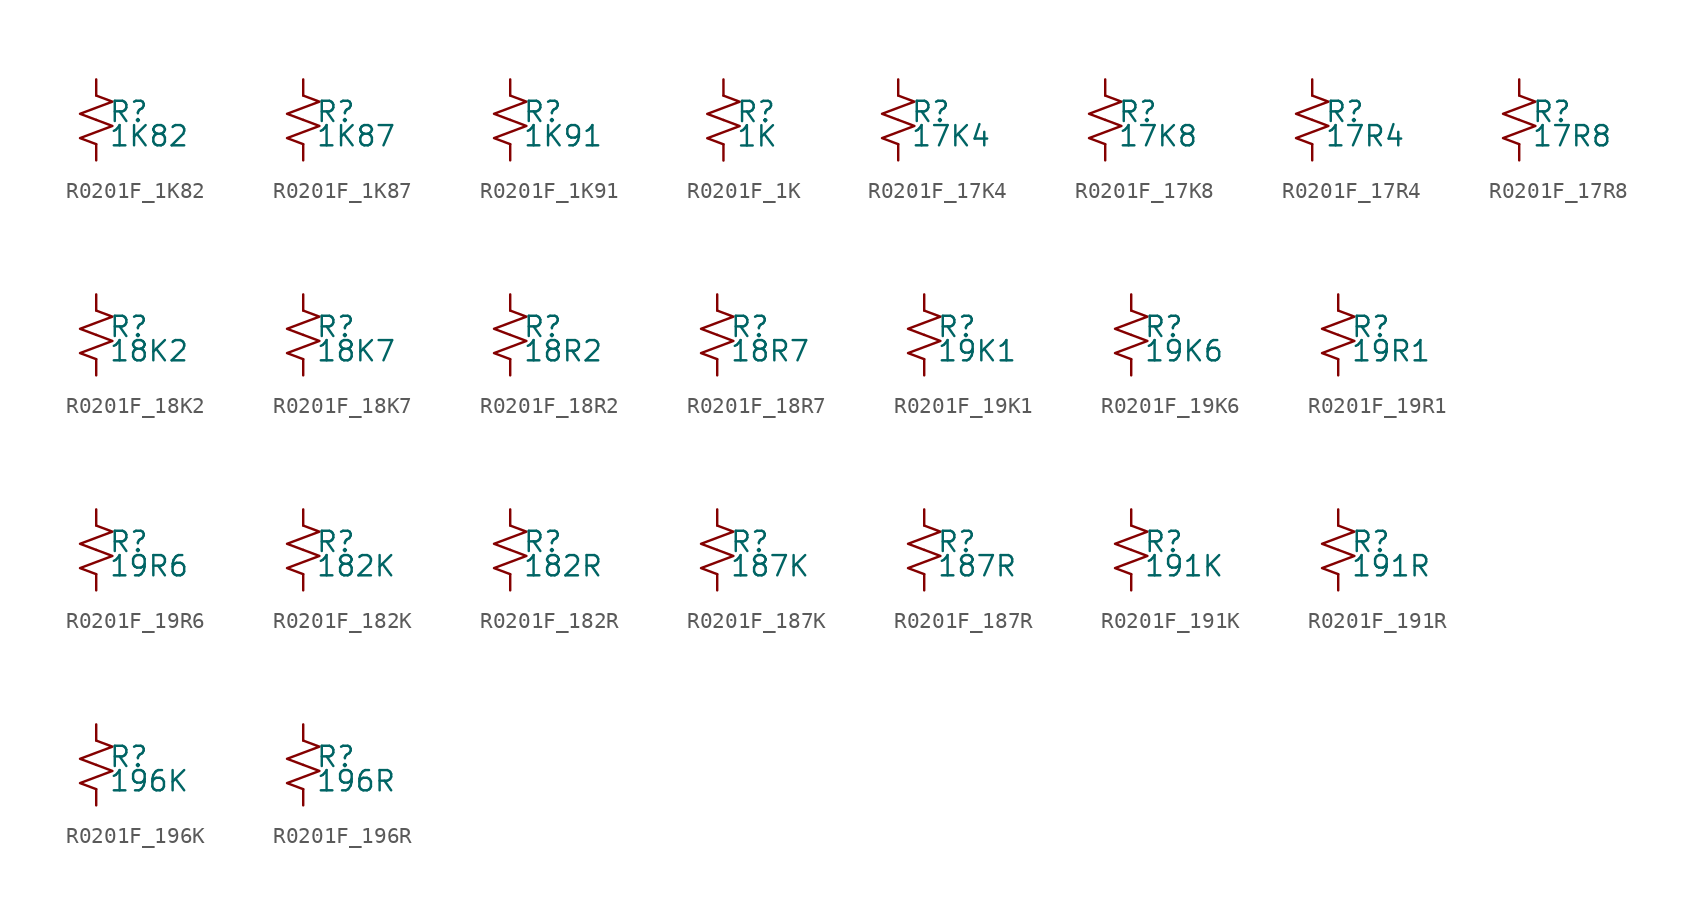
<source format=kicad_sym>
(kicad_symbol_lib
  (version 20220914)
  (generator kicad_symbol_editor)
  (symbol "R0201F_1K82"
    (pin_numbers hide)
    (pin_names
      (offset 0.254) hide)
    (property "Reference" "R"
      (at 0.762 0.508 0)
      (effects (font (size 1.27 1.27)) (justify left)))
    (property "Value" "1K82"
      (at 0.762 -1.016 0)
      (effects (font (size 1.27 1.27)) (justify left)))
    (symbol "R0201F_1K82_1_1"
      (polyline (pts (xy 0 0) (xy 1.016 -0.381) (xy 0 -0.762) (xy -1.016 -1.143) (xy 0 -1.524)) (stroke (width 0) (type default)) (fill (type none)))
      (polyline (pts (xy 0 1.524) (xy 1.016 1.143) (xy 0 0.762) (xy -1.016 0.381) (xy 0 0)) (stroke (width 0) (type default)) (fill (type none)))
      (pin passive line (at 0 2.54 270) (length 1.016) (name "~" (effects (font (size 1.27 1.27)))) (number "1" (effects (font (size 1.27 1.27)))))
      (pin passive line (at 0 -2.54 90) (length 1.016) (name "~" (effects (font (size 1.27 1.27)))) (number "2" (effects (font (size 1.27 1.27)))))))
  (symbol "R0201F_1K87"
    (pin_numbers hide)
    (pin_names
      (offset 0.254) hide)
    (property "Reference" "R"
      (at 0.762 0.508 0)
      (effects (font (size 1.27 1.27)) (justify left)))
    (property "Value" "1K87"
      (at 0.762 -1.016 0)
      (effects (font (size 1.27 1.27)) (justify left)))
    (symbol "R0201F_1K87_1_1"
      (polyline (pts (xy 0 0) (xy 1.016 -0.381) (xy 0 -0.762) (xy -1.016 -1.143) (xy 0 -1.524)) (stroke (width 0) (type default)) (fill (type none)))
      (polyline (pts (xy 0 1.524) (xy 1.016 1.143) (xy 0 0.762) (xy -1.016 0.381) (xy 0 0)) (stroke (width 0) (type default)) (fill (type none)))
      (pin passive line (at 0 2.54 270) (length 1.016) (name "~" (effects (font (size 1.27 1.27)))) (number "1" (effects (font (size 1.27 1.27)))))
      (pin passive line (at 0 -2.54 90) (length 1.016) (name "~" (effects (font (size 1.27 1.27)))) (number "2" (effects (font (size 1.27 1.27)))))))
  (symbol "R0201F_1K91"
    (pin_numbers hide)
    (pin_names
      (offset 0.254) hide)
    (property "Reference" "R"
      (at 0.762 0.508 0)
      (effects (font (size 1.27 1.27)) (justify left)))
    (property "Value" "1K91"
      (at 0.762 -1.016 0)
      (effects (font (size 1.27 1.27)) (justify left)))
    (symbol "R0201F_1K91_1_1"
      (polyline (pts (xy 0 0) (xy 1.016 -0.381) (xy 0 -0.762) (xy -1.016 -1.143) (xy 0 -1.524)) (stroke (width 0) (type default)) (fill (type none)))
      (polyline (pts (xy 0 1.524) (xy 1.016 1.143) (xy 0 0.762) (xy -1.016 0.381) (xy 0 0)) (stroke (width 0) (type default)) (fill (type none)))
      (pin passive line (at 0 2.54 270) (length 1.016) (name "~" (effects (font (size 1.27 1.27)))) (number "1" (effects (font (size 1.27 1.27)))))
      (pin passive line (at 0 -2.54 90) (length 1.016) (name "~" (effects (font (size 1.27 1.27)))) (number "2" (effects (font (size 1.27 1.27)))))))
  (symbol "R0201F_1K"
    (pin_numbers hide)
    (pin_names
      (offset 0.254) hide)
    (property "Reference" "R"
      (at 0.762 0.508 0)
      (effects (font (size 1.27 1.27)) (justify left)))
    (property "Value" "1K"
      (at 0.762 -1.016 0)
      (effects (font (size 1.27 1.27)) (justify left)))
    (symbol "R0201F_1K_1_1"
      (polyline (pts (xy 0 0) (xy 1.016 -0.381) (xy 0 -0.762) (xy -1.016 -1.143) (xy 0 -1.524)) (stroke (width 0) (type default)) (fill (type none)))
      (polyline (pts (xy 0 1.524) (xy 1.016 1.143) (xy 0 0.762) (xy -1.016 0.381) (xy 0 0)) (stroke (width 0) (type default)) (fill (type none)))
      (pin passive line (at 0 2.54 270) (length 1.016) (name "~" (effects (font (size 1.27 1.27)))) (number "1" (effects (font (size 1.27 1.27)))))
      (pin passive line (at 0 -2.54 90) (length 1.016) (name "~" (effects (font (size 1.27 1.27)))) (number "2" (effects (font (size 1.27 1.27)))))))
  (symbol "R0201F_17K4"
    (pin_numbers hide)
    (pin_names
      (offset 0.254) hide)
    (property "Reference" "R"
      (at 0.762 0.508 0)
      (effects (font (size 1.27 1.27)) (justify left)))
    (property "Value" "17K4"
      (at 0.762 -1.016 0)
      (effects (font (size 1.27 1.27)) (justify left)))
    (symbol "R0201F_17K4_1_1"
      (polyline (pts (xy 0 0) (xy 1.016 -0.381) (xy 0 -0.762) (xy -1.016 -1.143) (xy 0 -1.524)) (stroke (width 0) (type default)) (fill (type none)))
      (polyline (pts (xy 0 1.524) (xy 1.016 1.143) (xy 0 0.762) (xy -1.016 0.381) (xy 0 0)) (stroke (width 0) (type default)) (fill (type none)))
      (pin passive line (at 0 2.54 270) (length 1.016) (name "~" (effects (font (size 1.27 1.27)))) (number "1" (effects (font (size 1.27 1.27)))))
      (pin passive line (at 0 -2.54 90) (length 1.016) (name "~" (effects (font (size 1.27 1.27)))) (number "2" (effects (font (size 1.27 1.27)))))))
  (symbol "R0201F_17K8"
    (pin_numbers hide)
    (pin_names
      (offset 0.254) hide)
    (property "Reference" "R"
      (at 0.762 0.508 0)
      (effects (font (size 1.27 1.27)) (justify left)))
    (property "Value" "17K8"
      (at 0.762 -1.016 0)
      (effects (font (size 1.27 1.27)) (justify left)))
    (symbol "R0201F_17K8_1_1"
      (polyline (pts (xy 0 0) (xy 1.016 -0.381) (xy 0 -0.762) (xy -1.016 -1.143) (xy 0 -1.524)) (stroke (width 0) (type default)) (fill (type none)))
      (polyline (pts (xy 0 1.524) (xy 1.016 1.143) (xy 0 0.762) (xy -1.016 0.381) (xy 0 0)) (stroke (width 0) (type default)) (fill (type none)))
      (pin passive line (at 0 2.54 270) (length 1.016) (name "~" (effects (font (size 1.27 1.27)))) (number "1" (effects (font (size 1.27 1.27)))))
      (pin passive line (at 0 -2.54 90) (length 1.016) (name "~" (effects (font (size 1.27 1.27)))) (number "2" (effects (font (size 1.27 1.27)))))))
  (symbol "R0201F_17R4"
    (pin_numbers hide)
    (pin_names
      (offset 0.254) hide)
    (property "Reference" "R"
      (at 0.762 0.508 0)
      (effects (font (size 1.27 1.27)) (justify left)))
    (property "Value" "17R4"
      (at 0.762 -1.016 0)
      (effects (font (size 1.27 1.27)) (justify left)))
    (symbol "R0201F_17R4_1_1"
      (polyline (pts (xy 0 0) (xy 1.016 -0.381) (xy 0 -0.762) (xy -1.016 -1.143) (xy 0 -1.524)) (stroke (width 0) (type default)) (fill (type none)))
      (polyline (pts (xy 0 1.524) (xy 1.016 1.143) (xy 0 0.762) (xy -1.016 0.381) (xy 0 0)) (stroke (width 0) (type default)) (fill (type none)))
      (pin passive line (at 0 2.54 270) (length 1.016) (name "~" (effects (font (size 1.27 1.27)))) (number "1" (effects (font (size 1.27 1.27)))))
      (pin passive line (at 0 -2.54 90) (length 1.016) (name "~" (effects (font (size 1.27 1.27)))) (number "2" (effects (font (size 1.27 1.27)))))))
  (symbol "R0201F_17R8"
    (pin_numbers hide)
    (pin_names
      (offset 0.254) hide)
    (property "Reference" "R"
      (at 0.762 0.508 0)
      (effects (font (size 1.27 1.27)) (justify left)))
    (property "Value" "17R8"
      (at 0.762 -1.016 0)
      (effects (font (size 1.27 1.27)) (justify left)))
    (symbol "R0201F_17R8_1_1"
      (polyline (pts (xy 0 0) (xy 1.016 -0.381) (xy 0 -0.762) (xy -1.016 -1.143) (xy 0 -1.524)) (stroke (width 0) (type default)) (fill (type none)))
      (polyline (pts (xy 0 1.524) (xy 1.016 1.143) (xy 0 0.762) (xy -1.016 0.381) (xy 0 0)) (stroke (width 0) (type default)) (fill (type none)))
      (pin passive line (at 0 2.54 270) (length 1.016) (name "~" (effects (font (size 1.27 1.27)))) (number "1" (effects (font (size 1.27 1.27)))))
      (pin passive line (at 0 -2.54 90) (length 1.016) (name "~" (effects (font (size 1.27 1.27)))) (number "2" (effects (font (size 1.27 1.27)))))))
  (symbol "R0201F_18K2"
    (pin_numbers hide)
    (pin_names
      (offset 0.254) hide)
    (property "Reference" "R"
      (at 0.762 0.508 0)
      (effects (font (size 1.27 1.27)) (justify left)))
    (property "Value" "18K2"
      (at 0.762 -1.016 0)
      (effects (font (size 1.27 1.27)) (justify left)))
    (symbol "R0201F_18K2_1_1"
      (polyline (pts (xy 0 0) (xy 1.016 -0.381) (xy 0 -0.762) (xy -1.016 -1.143) (xy 0 -1.524)) (stroke (width 0) (type default)) (fill (type none)))
      (polyline (pts (xy 0 1.524) (xy 1.016 1.143) (xy 0 0.762) (xy -1.016 0.381) (xy 0 0)) (stroke (width 0) (type default)) (fill (type none)))
      (pin passive line (at 0 2.54 270) (length 1.016) (name "~" (effects (font (size 1.27 1.27)))) (number "1" (effects (font (size 1.27 1.27)))))
      (pin passive line (at 0 -2.54 90) (length 1.016) (name "~" (effects (font (size 1.27 1.27)))) (number "2" (effects (font (size 1.27 1.27)))))))
  (symbol "R0201F_18K7"
    (pin_numbers hide)
    (pin_names
      (offset 0.254) hide)
    (property "Reference" "R"
      (at 0.762 0.508 0)
      (effects (font (size 1.27 1.27)) (justify left)))
    (property "Value" "18K7"
      (at 0.762 -1.016 0)
      (effects (font (size 1.27 1.27)) (justify left)))
    (symbol "R0201F_18K7_1_1"
      (polyline (pts (xy 0 0) (xy 1.016 -0.381) (xy 0 -0.762) (xy -1.016 -1.143) (xy 0 -1.524)) (stroke (width 0) (type default)) (fill (type none)))
      (polyline (pts (xy 0 1.524) (xy 1.016 1.143) (xy 0 0.762) (xy -1.016 0.381) (xy 0 0)) (stroke (width 0) (type default)) (fill (type none)))
      (pin passive line (at 0 2.54 270) (length 1.016) (name "~" (effects (font (size 1.27 1.27)))) (number "1" (effects (font (size 1.27 1.27)))))
      (pin passive line (at 0 -2.54 90) (length 1.016) (name "~" (effects (font (size 1.27 1.27)))) (number "2" (effects (font (size 1.27 1.27)))))))
  (symbol "R0201F_18R2"
    (pin_numbers hide)
    (pin_names
      (offset 0.254) hide)
    (property "Reference" "R"
      (at 0.762 0.508 0)
      (effects (font (size 1.27 1.27)) (justify left)))
    (property "Value" "18R2"
      (at 0.762 -1.016 0)
      (effects (font (size 1.27 1.27)) (justify left)))
    (symbol "R0201F_18R2_1_1"
      (polyline (pts (xy 0 0) (xy 1.016 -0.381) (xy 0 -0.762) (xy -1.016 -1.143) (xy 0 -1.524)) (stroke (width 0) (type default)) (fill (type none)))
      (polyline (pts (xy 0 1.524) (xy 1.016 1.143) (xy 0 0.762) (xy -1.016 0.381) (xy 0 0)) (stroke (width 0) (type default)) (fill (type none)))
      (pin passive line (at 0 2.54 270) (length 1.016) (name "~" (effects (font (size 1.27 1.27)))) (number "1" (effects (font (size 1.27 1.27)))))
      (pin passive line (at 0 -2.54 90) (length 1.016) (name "~" (effects (font (size 1.27 1.27)))) (number "2" (effects (font (size 1.27 1.27)))))))
  (symbol "R0201F_18R7"
    (pin_numbers hide)
    (pin_names
      (offset 0.254) hide)
    (property "Reference" "R"
      (at 0.762 0.508 0)
      (effects (font (size 1.27 1.27)) (justify left)))
    (property "Value" "18R7"
      (at 0.762 -1.016 0)
      (effects (font (size 1.27 1.27)) (justify left)))
    (symbol "R0201F_18R7_1_1"
      (polyline (pts (xy 0 0) (xy 1.016 -0.381) (xy 0 -0.762) (xy -1.016 -1.143) (xy 0 -1.524)) (stroke (width 0) (type default)) (fill (type none)))
      (polyline (pts (xy 0 1.524) (xy 1.016 1.143) (xy 0 0.762) (xy -1.016 0.381) (xy 0 0)) (stroke (width 0) (type default)) (fill (type none)))
      (pin passive line (at 0 2.54 270) (length 1.016) (name "~" (effects (font (size 1.27 1.27)))) (number "1" (effects (font (size 1.27 1.27)))))
      (pin passive line (at 0 -2.54 90) (length 1.016) (name "~" (effects (font (size 1.27 1.27)))) (number "2" (effects (font (size 1.27 1.27)))))))
  (symbol "R0201F_19K1"
    (pin_numbers hide)
    (pin_names
      (offset 0.254) hide)
    (property "Reference" "R"
      (at 0.762 0.508 0)
      (effects (font (size 1.27 1.27)) (justify left)))
    (property "Value" "19K1"
      (at 0.762 -1.016 0)
      (effects (font (size 1.27 1.27)) (justify left)))
    (symbol "R0201F_19K1_1_1"
      (polyline (pts (xy 0 0) (xy 1.016 -0.381) (xy 0 -0.762) (xy -1.016 -1.143) (xy 0 -1.524)) (stroke (width 0) (type default)) (fill (type none)))
      (polyline (pts (xy 0 1.524) (xy 1.016 1.143) (xy 0 0.762) (xy -1.016 0.381) (xy 0 0)) (stroke (width 0) (type default)) (fill (type none)))
      (pin passive line (at 0 2.54 270) (length 1.016) (name "~" (effects (font (size 1.27 1.27)))) (number "1" (effects (font (size 1.27 1.27)))))
      (pin passive line (at 0 -2.54 90) (length 1.016) (name "~" (effects (font (size 1.27 1.27)))) (number "2" (effects (font (size 1.27 1.27)))))))
  (symbol "R0201F_19K6"
    (pin_numbers hide)
    (pin_names
      (offset 0.254) hide)
    (property "Reference" "R"
      (at 0.762 0.508 0)
      (effects (font (size 1.27 1.27)) (justify left)))
    (property "Value" "19K6"
      (at 0.762 -1.016 0)
      (effects (font (size 1.27 1.27)) (justify left)))
    (symbol "R0201F_19K6_1_1"
      (polyline (pts (xy 0 0) (xy 1.016 -0.381) (xy 0 -0.762) (xy -1.016 -1.143) (xy 0 -1.524)) (stroke (width 0) (type default)) (fill (type none)))
      (polyline (pts (xy 0 1.524) (xy 1.016 1.143) (xy 0 0.762) (xy -1.016 0.381) (xy 0 0)) (stroke (width 0) (type default)) (fill (type none)))
      (pin passive line (at 0 2.54 270) (length 1.016) (name "~" (effects (font (size 1.27 1.27)))) (number "1" (effects (font (size 1.27 1.27)))))
      (pin passive line (at 0 -2.54 90) (length 1.016) (name "~" (effects (font (size 1.27 1.27)))) (number "2" (effects (font (size 1.27 1.27)))))))
  (symbol "R0201F_19R1"
    (pin_numbers hide)
    (pin_names
      (offset 0.254) hide)
    (property "Reference" "R"
      (at 0.762 0.508 0)
      (effects (font (size 1.27 1.27)) (justify left)))
    (property "Value" "19R1"
      (at 0.762 -1.016 0)
      (effects (font (size 1.27 1.27)) (justify left)))
    (symbol "R0201F_19R1_1_1"
      (polyline (pts (xy 0 0) (xy 1.016 -0.381) (xy 0 -0.762) (xy -1.016 -1.143) (xy 0 -1.524)) (stroke (width 0) (type default)) (fill (type none)))
      (polyline (pts (xy 0 1.524) (xy 1.016 1.143) (xy 0 0.762) (xy -1.016 0.381) (xy 0 0)) (stroke (width 0) (type default)) (fill (type none)))
      (pin passive line (at 0 2.54 270) (length 1.016) (name "~" (effects (font (size 1.27 1.27)))) (number "1" (effects (font (size 1.27 1.27)))))
      (pin passive line (at 0 -2.54 90) (length 1.016) (name "~" (effects (font (size 1.27 1.27)))) (number "2" (effects (font (size 1.27 1.27)))))))
  (symbol "R0201F_19R6"
    (pin_numbers hide)
    (pin_names
      (offset 0.254) hide)
    (property "Reference" "R"
      (at 0.762 0.508 0)
      (effects (font (size 1.27 1.27)) (justify left)))
    (property "Value" "19R6"
      (at 0.762 -1.016 0)
      (effects (font (size 1.27 1.27)) (justify left)))
    (symbol "R0201F_19R6_1_1"
      (polyline (pts (xy 0 0) (xy 1.016 -0.381) (xy 0 -0.762) (xy -1.016 -1.143) (xy 0 -1.524)) (stroke (width 0) (type default)) (fill (type none)))
      (polyline (pts (xy 0 1.524) (xy 1.016 1.143) (xy 0 0.762) (xy -1.016 0.381) (xy 0 0)) (stroke (width 0) (type default)) (fill (type none)))
      (pin passive line (at 0 2.54 270) (length 1.016) (name "~" (effects (font (size 1.27 1.27)))) (number "1" (effects (font (size 1.27 1.27)))))
      (pin passive line (at 0 -2.54 90) (length 1.016) (name "~" (effects (font (size 1.27 1.27)))) (number "2" (effects (font (size 1.27 1.27)))))))
  (symbol "R0201F_182K"
    (pin_numbers hide)
    (pin_names
      (offset 0.254) hide)
    (property "Reference" "R"
      (at 0.762 0.508 0)
      (effects (font (size 1.27 1.27)) (justify left)))
    (property "Value" "182K"
      (at 0.762 -1.016 0)
      (effects (font (size 1.27 1.27)) (justify left)))
    (symbol "R0201F_182K_1_1"
      (polyline (pts (xy 0 0) (xy 1.016 -0.381) (xy 0 -0.762) (xy -1.016 -1.143) (xy 0 -1.524)) (stroke (width 0) (type default)) (fill (type none)))
      (polyline (pts (xy 0 1.524) (xy 1.016 1.143) (xy 0 0.762) (xy -1.016 0.381) (xy 0 0)) (stroke (width 0) (type default)) (fill (type none)))
      (pin passive line (at 0 2.54 270) (length 1.016) (name "~" (effects (font (size 1.27 1.27)))) (number "1" (effects (font (size 1.27 1.27)))))
      (pin passive line (at 0 -2.54 90) (length 1.016) (name "~" (effects (font (size 1.27 1.27)))) (number "2" (effects (font (size 1.27 1.27)))))))
  (symbol "R0201F_182R"
    (pin_numbers hide)
    (pin_names
      (offset 0.254) hide)
    (property "Reference" "R"
      (at 0.762 0.508 0)
      (effects (font (size 1.27 1.27)) (justify left)))
    (property "Value" "182R"
      (at 0.762 -1.016 0)
      (effects (font (size 1.27 1.27)) (justify left)))
    (symbol "R0201F_182R_1_1"
      (polyline (pts (xy 0 0) (xy 1.016 -0.381) (xy 0 -0.762) (xy -1.016 -1.143) (xy 0 -1.524)) (stroke (width 0) (type default)) (fill (type none)))
      (polyline (pts (xy 0 1.524) (xy 1.016 1.143) (xy 0 0.762) (xy -1.016 0.381) (xy 0 0)) (stroke (width 0) (type default)) (fill (type none)))
      (pin passive line (at 0 2.54 270) (length 1.016) (name "~" (effects (font (size 1.27 1.27)))) (number "1" (effects (font (size 1.27 1.27)))))
      (pin passive line (at 0 -2.54 90) (length 1.016) (name "~" (effects (font (size 1.27 1.27)))) (number "2" (effects (font (size 1.27 1.27)))))))
  (symbol "R0201F_187K"
    (pin_numbers hide)
    (pin_names
      (offset 0.254) hide)
    (property "Reference" "R"
      (at 0.762 0.508 0)
      (effects (font (size 1.27 1.27)) (justify left)))
    (property "Value" "187K"
      (at 0.762 -1.016 0)
      (effects (font (size 1.27 1.27)) (justify left)))
    (symbol "R0201F_187K_1_1"
      (polyline (pts (xy 0 0) (xy 1.016 -0.381) (xy 0 -0.762) (xy -1.016 -1.143) (xy 0 -1.524)) (stroke (width 0) (type default)) (fill (type none)))
      (polyline (pts (xy 0 1.524) (xy 1.016 1.143) (xy 0 0.762) (xy -1.016 0.381) (xy 0 0)) (stroke (width 0) (type default)) (fill (type none)))
      (pin passive line (at 0 2.54 270) (length 1.016) (name "~" (effects (font (size 1.27 1.27)))) (number "1" (effects (font (size 1.27 1.27)))))
      (pin passive line (at 0 -2.54 90) (length 1.016) (name "~" (effects (font (size 1.27 1.27)))) (number "2" (effects (font (size 1.27 1.27)))))))
  (symbol "R0201F_187R"
    (pin_numbers hide)
    (pin_names
      (offset 0.254) hide)
    (property "Reference" "R"
      (at 0.762 0.508 0)
      (effects (font (size 1.27 1.27)) (justify left)))
    (property "Value" "187R"
      (at 0.762 -1.016 0)
      (effects (font (size 1.27 1.27)) (justify left)))
    (symbol "R0201F_187R_1_1"
      (polyline (pts (xy 0 0) (xy 1.016 -0.381) (xy 0 -0.762) (xy -1.016 -1.143) (xy 0 -1.524)) (stroke (width 0) (type default)) (fill (type none)))
      (polyline (pts (xy 0 1.524) (xy 1.016 1.143) (xy 0 0.762) (xy -1.016 0.381) (xy 0 0)) (stroke (width 0) (type default)) (fill (type none)))
      (pin passive line (at 0 2.54 270) (length 1.016) (name "~" (effects (font (size 1.27 1.27)))) (number "1" (effects (font (size 1.27 1.27)))))
      (pin passive line (at 0 -2.54 90) (length 1.016) (name "~" (effects (font (size 1.27 1.27)))) (number "2" (effects (font (size 1.27 1.27)))))))
  (symbol "R0201F_191K"
    (pin_numbers hide)
    (pin_names
      (offset 0.254) hide)
    (property "Reference" "R"
      (at 0.762 0.508 0)
      (effects (font (size 1.27 1.27)) (justify left)))
    (property "Value" "191K"
      (at 0.762 -1.016 0)
      (effects (font (size 1.27 1.27)) (justify left)))
    (symbol "R0201F_191K_1_1"
      (polyline (pts (xy 0 0) (xy 1.016 -0.381) (xy 0 -0.762) (xy -1.016 -1.143) (xy 0 -1.524)) (stroke (width 0) (type default)) (fill (type none)))
      (polyline (pts (xy 0 1.524) (xy 1.016 1.143) (xy 0 0.762) (xy -1.016 0.381) (xy 0 0)) (stroke (width 0) (type default)) (fill (type none)))
      (pin passive line (at 0 2.54 270) (length 1.016) (name "~" (effects (font (size 1.27 1.27)))) (number "1" (effects (font (size 1.27 1.27)))))
      (pin passive line (at 0 -2.54 90) (length 1.016) (name "~" (effects (font (size 1.27 1.27)))) (number "2" (effects (font (size 1.27 1.27)))))))
  (symbol "R0201F_191R"
    (pin_numbers hide)
    (pin_names
      (offset 0.254) hide)
    (property "Reference" "R"
      (at 0.762 0.508 0)
      (effects (font (size 1.27 1.27)) (justify left)))
    (property "Value" "191R"
      (at 0.762 -1.016 0)
      (effects (font (size 1.27 1.27)) (justify left)))
    (symbol "R0201F_191R_1_1"
      (polyline (pts (xy 0 0) (xy 1.016 -0.381) (xy 0 -0.762) (xy -1.016 -1.143) (xy 0 -1.524)) (stroke (width 0) (type default)) (fill (type none)))
      (polyline (pts (xy 0 1.524) (xy 1.016 1.143) (xy 0 0.762) (xy -1.016 0.381) (xy 0 0)) (stroke (width 0) (type default)) (fill (type none)))
      (pin passive line (at 0 2.54 270) (length 1.016) (name "~" (effects (font (size 1.27 1.27)))) (number "1" (effects (font (size 1.27 1.27)))))
      (pin passive line (at 0 -2.54 90) (length 1.016) (name "~" (effects (font (size 1.27 1.27)))) (number "2" (effects (font (size 1.27 1.27)))))))
  (symbol "R0201F_196K"
    (pin_numbers hide)
    (pin_names
      (offset 0.254) hide)
    (property "Reference" "R"
      (at 0.762 0.508 0)
      (effects (font (size 1.27 1.27)) (justify left)))
    (property "Value" "196K"
      (at 0.762 -1.016 0)
      (effects (font (size 1.27 1.27)) (justify left)))
    (symbol "R0201F_196K_1_1"
      (polyline (pts (xy 0 0) (xy 1.016 -0.381) (xy 0 -0.762) (xy -1.016 -1.143) (xy 0 -1.524)) (stroke (width 0) (type default)) (fill (type none)))
      (polyline (pts (xy 0 1.524) (xy 1.016 1.143) (xy 0 0.762) (xy -1.016 0.381) (xy 0 0)) (stroke (width 0) (type default)) (fill (type none)))
      (pin passive line (at 0 2.54 270) (length 1.016) (name "~" (effects (font (size 1.27 1.27)))) (number "1" (effects (font (size 1.27 1.27)))))
      (pin passive line (at 0 -2.54 90) (length 1.016) (name "~" (effects (font (size 1.27 1.27)))) (number "2" (effects (font (size 1.27 1.27)))))))
  (symbol "R0201F_196R"
    (pin_numbers hide)
    (pin_names
      (offset 0.254) hide)
    (property "Reference" "R"
      (at 0.762 0.508 0)
      (effects (font (size 1.27 1.27)) (justify left)))
    (property "Value" "196R"
      (at 0.762 -1.016 0)
      (effects (font (size 1.27 1.27)) (justify left)))
    (symbol "R0201F_196R_1_1"
      (polyline (pts (xy 0 0) (xy 1.016 -0.381) (xy 0 -0.762) (xy -1.016 -1.143) (xy 0 -1.524)) (stroke (width 0) (type default)) (fill (type none)))
      (polyline (pts (xy 0 1.524) (xy 1.016 1.143) (xy 0 0.762) (xy -1.016 0.381) (xy 0 0)) (stroke (width 0) (type default)) (fill (type none)))
      (pin passive line (at 0 2.54 270) (length 1.016) (name "~" (effects (font (size 1.27 1.27)))) (number "1" (effects (font (size 1.27 1.27)))))
      (pin passive line (at 0 -2.54 90) (length 1.016) (name "~" (effects (font (size 1.27 1.27)))) (number "2" (effects (font (size 1.27 1.27))))))))
</source>
